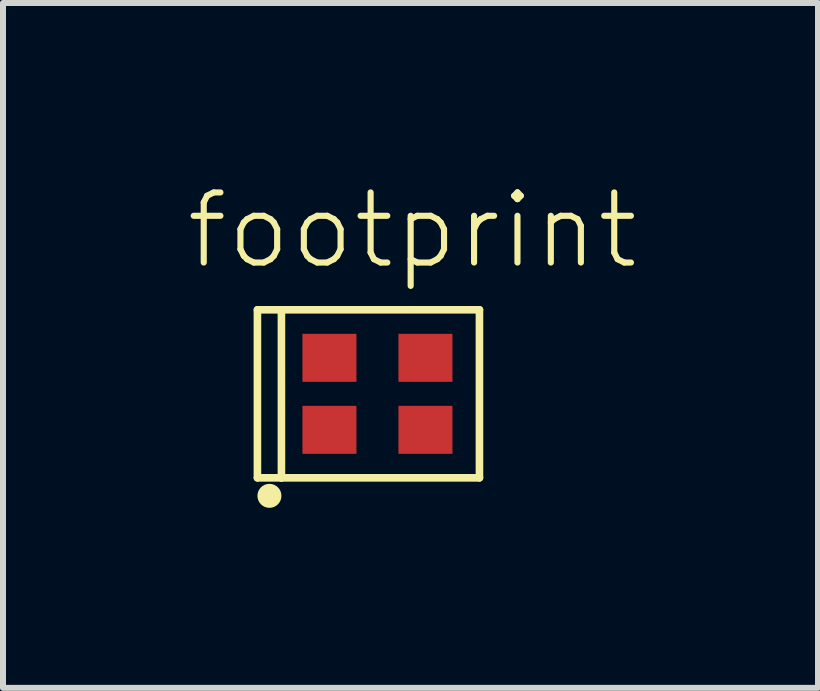
<source format=kicad_pcb>
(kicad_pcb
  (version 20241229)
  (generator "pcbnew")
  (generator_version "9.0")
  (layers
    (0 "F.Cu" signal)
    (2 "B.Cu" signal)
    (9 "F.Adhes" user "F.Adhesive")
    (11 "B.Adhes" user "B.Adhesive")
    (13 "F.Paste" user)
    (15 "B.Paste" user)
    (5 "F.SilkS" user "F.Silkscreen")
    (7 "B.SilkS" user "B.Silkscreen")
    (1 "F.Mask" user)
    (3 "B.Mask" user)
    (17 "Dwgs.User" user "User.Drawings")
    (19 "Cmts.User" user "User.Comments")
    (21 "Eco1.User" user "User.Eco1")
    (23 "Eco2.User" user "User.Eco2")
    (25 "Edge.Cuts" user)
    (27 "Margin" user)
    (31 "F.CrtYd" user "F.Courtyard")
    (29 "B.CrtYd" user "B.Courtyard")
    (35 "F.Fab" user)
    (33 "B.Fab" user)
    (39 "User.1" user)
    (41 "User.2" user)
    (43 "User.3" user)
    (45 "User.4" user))
  (footprint "footprint"
    (layer "F.Cu")
    (at 3.24 3.513)
    (property "Reference" "footprint" (at -3.24 -2.04 0) (layer "F.SilkS") (effects (font (size 1.168 1.168) (thickness 0.102)) (justify left bottom)))
    (fp_line (start -2 -1.4) (end -2 1.4) (stroke (width 0.127) (type solid)) (layer "F.SilkS"))
    (fp_line (start -2 1.4) (end -1.6 1.4) (stroke (width 0.127) (type solid)) (layer "F.SilkS"))
    (fp_line (start -1.6 -1.4) (end -2 -1.4) (stroke (width 0.127) (type solid)) (layer "F.SilkS"))
    (fp_line (start -1.6 -1.4) (end 1.7 -1.4) (stroke (width 0.127) (type solid)) (layer "F.SilkS"))
    (fp_line (start -1.6 1.4) (end -1.6 -1.4) (stroke (width 0.127) (type solid)) (layer "F.SilkS"))
    (fp_line (start 1.7 -1.4) (end 1.7 1.4) (stroke (width 0.127) (type solid)) (layer "F.SilkS"))
    (fp_line (start 1.7 1.4) (end -1.6 1.4) (stroke (width 0.127) (type solid)) (layer "F.SilkS"))
    (fp_circle (center -1.8 1.7) (end -1.7 1.7) (stroke (width 0.2) (type solid)) (fill yes) (layer "F.SilkS"))
    (pad "1" smd rect (at -0.8 0.6) (size 0.9 0.8) (layers "F.Cu" "F.Mask" "F.Paste"))
    (pad "2" smd rect (at 0.8 0.6) (size 0.9 0.8) (layers "F.Cu" "F.Mask" "F.Paste"))
    (pad "3" smd rect (at 0.8 -0.6 180) (size 0.9 0.8) (layers "F.Cu" "F.Mask" "F.Paste"))
    (pad "4" smd rect (at -0.8 -0.6 180) (size 0.9 0.8) (layers "F.Cu" "F.Mask" "F.Paste")))
  (gr_rect
    (start -3 -3)
    (end 10.582 8.413)
    (stroke (width 0.1) (type default))
    (fill no)
    (layer "Edge.Cuts")))
</source>
